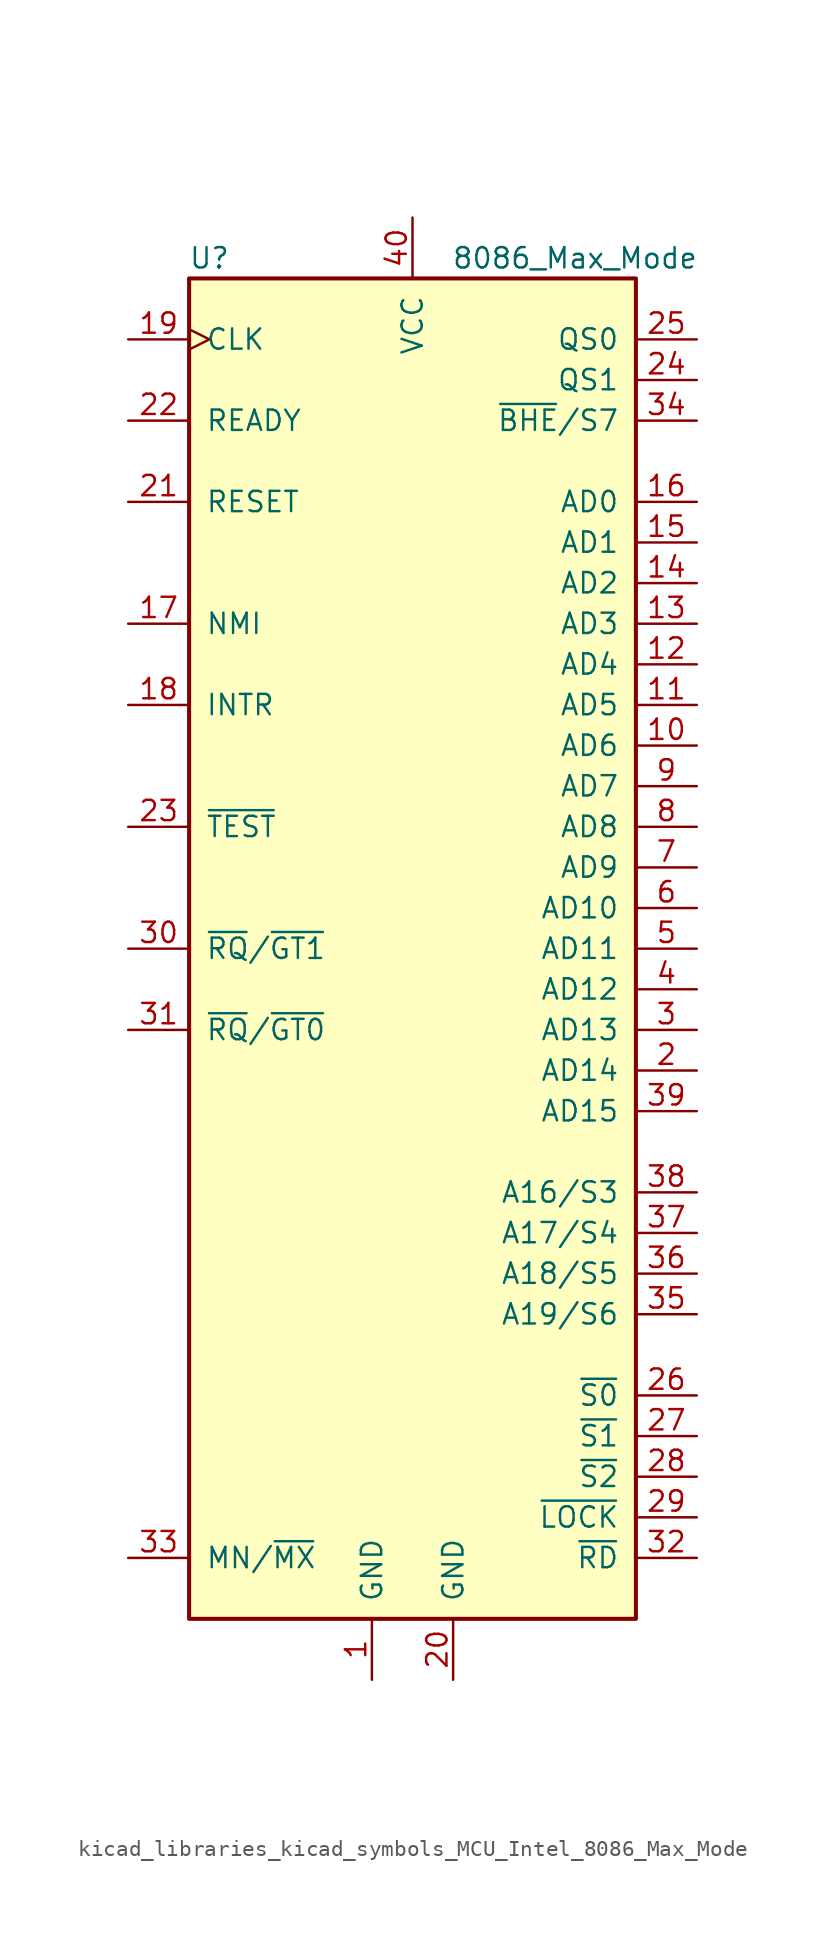
<source format=kicad_sym>
(kicad_symbol_lib
  (version 20220914)
  (generator kicad_symbol_editor)
  (symbol "kicad_libraries_kicad_symbols_MCU_Intel_8086_Max_Mode"
    (pin_names
      (offset 1.016))
    (property "Reference" "U"
      (at -12.7 43.18 0)
      (effects (font (size 1.27 1.27))))
    (property "Value" "8086_Max_Mode"
      (at 10.16 43.18 0)
      (effects (font (size 1.27 1.27))))
    (symbol "kicad_libraries_kicad_symbols_MCU_Intel_8086_Max_Mode_0_1"
      (rectangle (start 13.97 -41.91) (end -13.97 41.91) (stroke (width 0.254) (type default)) (fill (type background))))
    (symbol "kicad_libraries_kicad_symbols_MCU_Intel_8086_Max_Mode_1_1"
      (pin power_in line (at -2.54 -45.72 90) (length 3.81) (name "GND" (effects (font (size 1.27 1.27)))) (number "1" (effects (font (size 1.27 1.27)))))
      (pin bidirectional line (at 17.78 12.7 180) (length 3.81) (name "AD6" (effects (font (size 1.27 1.27)))) (number "10" (effects (font (size 1.27 1.27)))))
      (pin bidirectional line (at 17.78 15.24 180) (length 3.81) (name "AD5" (effects (font (size 1.27 1.27)))) (number "11" (effects (font (size 1.27 1.27)))))
      (pin bidirectional line (at 17.78 17.78 180) (length 3.81) (name "AD4" (effects (font (size 1.27 1.27)))) (number "12" (effects (font (size 1.27 1.27)))))
      (pin bidirectional line (at 17.78 20.32 180) (length 3.81) (name "AD3" (effects (font (size 1.27 1.27)))) (number "13" (effects (font (size 1.27 1.27)))))
      (pin bidirectional line (at 17.78 22.86 180) (length 3.81) (name "AD2" (effects (font (size 1.27 1.27)))) (number "14" (effects (font (size 1.27 1.27)))))
      (pin bidirectional line (at 17.78 25.4 180) (length 3.81) (name "AD1" (effects (font (size 1.27 1.27)))) (number "15" (effects (font (size 1.27 1.27)))))
      (pin bidirectional line (at 17.78 27.94 180) (length 3.81) (name "AD0" (effects (font (size 1.27 1.27)))) (number "16" (effects (font (size 1.27 1.27)))))
      (pin input line (at -17.78 20.32 0) (length 3.81) (name "NMI" (effects (font (size 1.27 1.27)))) (number "17" (effects (font (size 1.27 1.27)))))
      (pin input line (at -17.78 15.24 0) (length 3.81) (name "INTR" (effects (font (size 1.27 1.27)))) (number "18" (effects (font (size 1.27 1.27)))))
      (pin input clock (at -17.78 38.1 0) (length 3.81) (name "CLK" (effects (font (size 1.27 1.27)))) (number "19" (effects (font (size 1.27 1.27)))))
      (pin bidirectional line (at 17.78 -7.62 180) (length 3.81) (name "AD14" (effects (font (size 1.27 1.27)))) (number "2" (effects (font (size 1.27 1.27)))))
      (pin power_in line (at 2.54 -45.72 90) (length 3.81) (name "GND" (effects (font (size 1.27 1.27)))) (number "20" (effects (font (size 1.27 1.27)))))
      (pin input line (at -17.78 27.94 0) (length 3.81) (name "RESET" (effects (font (size 1.27 1.27)))) (number "21" (effects (font (size 1.27 1.27)))))
      (pin input line (at -17.78 33.02 0) (length 3.81) (name "READY" (effects (font (size 1.27 1.27)))) (number "22" (effects (font (size 1.27 1.27)))))
      (pin input line (at -17.78 7.62 0) (length 3.81) (name "~{TEST}" (effects (font (size 1.27 1.27)))) (number "23" (effects (font (size 1.27 1.27)))))
      (pin output line (at 17.78 35.56 180) (length 3.81) (name "QS1" (effects (font (size 1.27 1.27)))) (number "24" (effects (font (size 1.27 1.27)))))
      (pin output line (at 17.78 38.1 180) (length 3.81) (name "QS0" (effects (font (size 1.27 1.27)))) (number "25" (effects (font (size 1.27 1.27)))))
      (pin output line (at 17.78 -27.94 180) (length 3.81) (name "~{S0}" (effects (font (size 1.27 1.27)))) (number "26" (effects (font (size 1.27 1.27)))))
      (pin output line (at 17.78 -30.48 180) (length 3.81) (name "~{S1}" (effects (font (size 1.27 1.27)))) (number "27" (effects (font (size 1.27 1.27)))))
      (pin output line (at 17.78 -33.02 180) (length 3.81) (name "~{S2}" (effects (font (size 1.27 1.27)))) (number "28" (effects (font (size 1.27 1.27)))))
      (pin output line (at 17.78 -35.56 180) (length 3.81) (name "~{LOCK}" (effects (font (size 1.27 1.27)))) (number "29" (effects (font (size 1.27 1.27)))))
      (pin bidirectional line (at 17.78 -5.08 180) (length 3.81) (name "AD13" (effects (font (size 1.27 1.27)))) (number "3" (effects (font (size 1.27 1.27)))))
      (pin bidirectional line (at -17.78 0 0) (length 3.81) (name "~{RQ}/~{GT1}" (effects (font (size 1.27 1.27)))) (number "30" (effects (font (size 1.27 1.27)))))
      (pin bidirectional line (at -17.78 -5.08 0) (length 3.81) (name "~{RQ}/~{GT0}" (effects (font (size 1.27 1.27)))) (number "31" (effects (font (size 1.27 1.27)))))
      (pin output line (at 17.78 -38.1 180) (length 3.81) (name "~{RD}" (effects (font (size 1.27 1.27)))) (number "32" (effects (font (size 1.27 1.27)))))
      (pin input line (at -17.78 -38.1 0) (length 3.81) (name "MN/~{MX}" (effects (font (size 1.27 1.27)))) (number "33" (effects (font (size 1.27 1.27)))))
      (pin output line (at 17.78 33.02 180) (length 3.81) (name "~{BHE}/S7" (effects (font (size 1.27 1.27)))) (number "34" (effects (font (size 1.27 1.27)))))
      (pin output line (at 17.78 -22.86 180) (length 3.81) (name "A19/S6" (effects (font (size 1.27 1.27)))) (number "35" (effects (font (size 1.27 1.27)))))
      (pin output line (at 17.78 -20.32 180) (length 3.81) (name "A18/S5" (effects (font (size 1.27 1.27)))) (number "36" (effects (font (size 1.27 1.27)))))
      (pin output line (at 17.78 -17.78 180) (length 3.81) (name "A17/S4" (effects (font (size 1.27 1.27)))) (number "37" (effects (font (size 1.27 1.27)))))
      (pin output line (at 17.78 -15.24 180) (length 3.81) (name "A16/S3" (effects (font (size 1.27 1.27)))) (number "38" (effects (font (size 1.27 1.27)))))
      (pin bidirectional line (at 17.78 -10.16 180) (length 3.81) (name "AD15" (effects (font (size 1.27 1.27)))) (number "39" (effects (font (size 1.27 1.27)))))
      (pin bidirectional line (at 17.78 -2.54 180) (length 3.81) (name "AD12" (effects (font (size 1.27 1.27)))) (number "4" (effects (font (size 1.27 1.27)))))
      (pin power_in line (at 0 45.72 270) (length 3.81) (name "VCC" (effects (font (size 1.27 1.27)))) (number "40" (effects (font (size 1.27 1.27)))))
      (pin bidirectional line (at 17.78 0 180) (length 3.81) (name "AD11" (effects (font (size 1.27 1.27)))) (number "5" (effects (font (size 1.27 1.27)))))
      (pin bidirectional line (at 17.78 2.54 180) (length 3.81) (name "AD10" (effects (font (size 1.27 1.27)))) (number "6" (effects (font (size 1.27 1.27)))))
      (pin bidirectional line (at 17.78 5.08 180) (length 3.81) (name "AD9" (effects (font (size 1.27 1.27)))) (number "7" (effects (font (size 1.27 1.27)))))
      (pin bidirectional line (at 17.78 7.62 180) (length 3.81) (name "AD8" (effects (font (size 1.27 1.27)))) (number "8" (effects (font (size 1.27 1.27)))))
      (pin bidirectional line (at 17.78 10.16 180) (length 3.81) (name "AD7" (effects (font (size 1.27 1.27)))) (number "9" (effects (font (size 1.27 1.27))))))))
</source>
